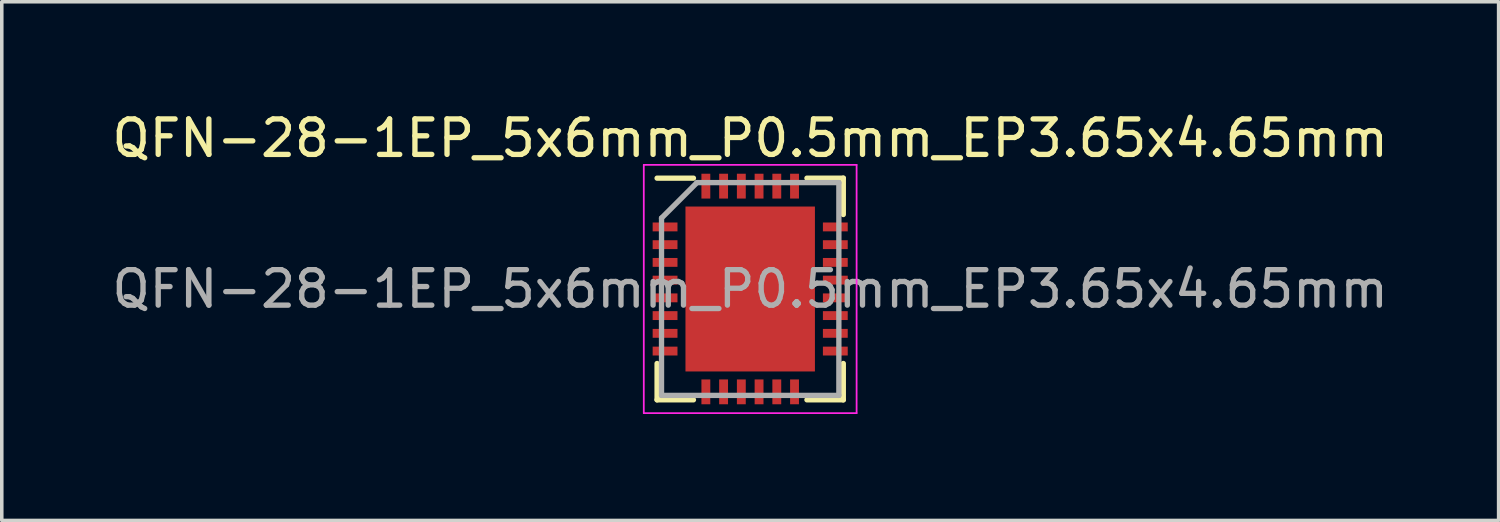
<source format=kicad_pcb>
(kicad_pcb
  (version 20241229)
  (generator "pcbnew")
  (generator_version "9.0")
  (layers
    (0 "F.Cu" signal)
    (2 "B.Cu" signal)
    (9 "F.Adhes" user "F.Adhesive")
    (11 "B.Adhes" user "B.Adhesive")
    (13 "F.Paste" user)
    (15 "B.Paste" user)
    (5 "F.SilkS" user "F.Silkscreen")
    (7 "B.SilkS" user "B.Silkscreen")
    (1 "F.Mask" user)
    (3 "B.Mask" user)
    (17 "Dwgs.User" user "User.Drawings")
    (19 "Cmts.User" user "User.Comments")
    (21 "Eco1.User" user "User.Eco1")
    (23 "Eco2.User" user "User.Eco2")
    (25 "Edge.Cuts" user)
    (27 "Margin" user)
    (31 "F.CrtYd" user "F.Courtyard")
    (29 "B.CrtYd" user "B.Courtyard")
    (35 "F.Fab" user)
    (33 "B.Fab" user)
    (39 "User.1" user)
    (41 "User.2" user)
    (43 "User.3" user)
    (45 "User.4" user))
  (footprint "QFN-28-1EP_5x6mm_P0.5mm_EP3.65x4.65mm"
    (layer "F.Cu")
    (at 18.101 5.098)
    (property "Reference" "QFN-28-1EP_5x6mm_P0.5mm_EP3.65x4.65mm" (at 0 -4.25 0) (layer "F.SilkS") (effects (font (size 1 1) (thickness 0.15))))
    (attr smd)
    (fp_line (start -2.625 -3.125) (end -1.6 -3.125) (stroke (width 0.15) (type solid)) (layer "F.SilkS"))
    (fp_line (start -2.625 3.125) (end -2.625 2.1) (stroke (width 0.15) (type solid)) (layer "F.SilkS"))
    (fp_line (start -2.625 3.125) (end -1.6 3.125) (stroke (width 0.15) (type solid)) (layer "F.SilkS"))
    (fp_line (start 2.625 -3.125) (end 1.6 -3.125) (stroke (width 0.15) (type solid)) (layer "F.SilkS"))
    (fp_line (start 2.625 -3.125) (end 2.625 -2.1) (stroke (width 0.15) (type solid)) (layer "F.SilkS"))
    (fp_line (start 2.625 3.125) (end 1.6 3.125) (stroke (width 0.15) (type solid)) (layer "F.SilkS"))
    (fp_line (start 2.625 3.125) (end 2.625 2.1) (stroke (width 0.15) (type solid)) (layer "F.SilkS"))
    (fp_line (start -3 -3.5) (end -3 3.5) (stroke (width 0.05) (type solid)) (layer "F.CrtYd"))
    (fp_line (start -3 -3.5) (end 3 -3.5) (stroke (width 0.05) (type solid)) (layer "F.CrtYd"))
    (fp_line (start -3 3.5) (end 3 3.5) (stroke (width 0.05) (type solid)) (layer "F.CrtYd"))
    (fp_line (start 3 -3.5) (end 3 3.5) (stroke (width 0.05) (type solid)) (layer "F.CrtYd"))
    (fp_line (start -2.5 -2) (end -1.5 -3) (stroke (width 0.15) (type solid)) (layer "F.Fab"))
    (fp_line (start -2.5 3) (end -2.5 -2) (stroke (width 0.15) (type solid)) (layer "F.Fab"))
    (fp_line (start -1.5 -3) (end 2.5 -3) (stroke (width 0.15) (type solid)) (layer "F.Fab"))
    (fp_line (start 2.5 -3) (end 2.5 3) (stroke (width 0.15) (type solid)) (layer "F.Fab"))
    (fp_line (start 2.5 3) (end -2.5 3) (stroke (width 0.15) (type solid)) (layer "F.Fab"))
    (fp_text user "${REFERENCE}" (at 0 0 0) (layer "F.Fab") (effects (font (size 1 1) (thickness 0.15))))
    (pad "" smd rect (at -1.216 -1.744) (size 0.95 0.97) (layers "F.Paste"))
    (pad "" smd rect (at -1.216 -0.581) (size 0.95 0.97) (layers "F.Paste"))
    (pad "" smd rect (at -1.216 0.581) (size 0.95 0.97) (layers "F.Paste"))
    (pad "" smd rect (at -1.216 1.744) (size 0.95 0.97) (layers "F.Paste"))
    (pad "" smd rect (at 0 -1.744) (size 0.95 0.97) (layers "F.Paste"))
    (pad "" smd rect (at 0 -0.581) (size 0.95 0.97) (layers "F.Paste"))
    (pad "" smd rect (at 0 0.581) (size 0.95 0.97) (layers "F.Paste"))
    (pad "" smd rect (at 0 1.744) (size 0.95 0.97) (layers "F.Paste"))
    (pad "" smd rect (at 1.216 -1.744) (size 0.95 0.97) (layers "F.Paste"))
    (pad "" smd rect (at 1.216 -0.581) (size 0.95 0.97) (layers "F.Paste"))
    (pad "" smd rect (at 1.216 0.581) (size 0.95 0.97) (layers "F.Paste"))
    (pad "" smd rect (at 1.216 1.744) (size 0.95 0.97) (layers "F.Paste"))
    (pad "1" smd rect (at -2.4 -1.75) (size 0.7 0.25) (layers "F.Cu" "F.Mask" "F.Paste"))
    (pad "2" smd rect (at -2.4 -1.25) (size 0.7 0.25) (layers "F.Cu" "F.Mask" "F.Paste"))
    (pad "3" smd rect (at -2.4 -0.75) (size 0.7 0.25) (layers "F.Cu" "F.Mask" "F.Paste"))
    (pad "4" smd rect (at -2.4 -0.25) (size 0.7 0.25) (layers "F.Cu" "F.Mask" "F.Paste"))
    (pad "5" smd rect (at -2.4 0.25) (size 0.7 0.25) (layers "F.Cu" "F.Mask" "F.Paste"))
    (pad "6" smd rect (at -2.4 0.75) (size 0.7 0.25) (layers "F.Cu" "F.Mask" "F.Paste"))
    (pad "7" smd rect (at -2.4 1.25) (size 0.7 0.25) (layers "F.Cu" "F.Mask" "F.Paste"))
    (pad "8" smd rect (at -2.4 1.75) (size 0.7 0.25) (layers "F.Cu" "F.Mask" "F.Paste"))
    (pad "9" smd rect (at -1.25 2.9 90) (size 0.7 0.25) (layers "F.Cu" "F.Mask" "F.Paste"))
    (pad "10" smd rect (at -0.75 2.9 90) (size 0.7 0.25) (layers "F.Cu" "F.Mask" "F.Paste"))
    (pad "11" smd rect (at -0.25 2.9 90) (size 0.7 0.25) (layers "F.Cu" "F.Mask" "F.Paste"))
    (pad "12" smd rect (at 0.25 2.9 90) (size 0.7 0.25) (layers "F.Cu" "F.Mask" "F.Paste"))
    (pad "13" smd rect (at 0.75 2.9 90) (size 0.7 0.25) (layers "F.Cu" "F.Mask" "F.Paste"))
    (pad "14" smd rect (at 1.25 2.9 90) (size 0.7 0.25) (layers "F.Cu" "F.Mask" "F.Paste"))
    (pad "15" smd rect (at 2.4 1.75) (size 0.7 0.25) (layers "F.Cu" "F.Mask" "F.Paste"))
    (pad "16" smd rect (at 2.4 1.25) (size 0.7 0.25) (layers "F.Cu" "F.Mask" "F.Paste"))
    (pad "17" smd rect (at 2.4 0.75) (size 0.7 0.25) (layers "F.Cu" "F.Mask" "F.Paste"))
    (pad "18" smd rect (at 2.4 0.25) (size 0.7 0.25) (layers "F.Cu" "F.Mask" "F.Paste"))
    (pad "19" smd rect (at 2.4 -0.25) (size 0.7 0.25) (layers "F.Cu" "F.Mask" "F.Paste"))
    (pad "20" smd rect (at 2.4 -0.75) (size 0.7 0.25) (layers "F.Cu" "F.Mask" "F.Paste"))
    (pad "21" smd rect (at 2.4 -1.25) (size 0.7 0.25) (layers "F.Cu" "F.Mask" "F.Paste"))
    (pad "22" smd rect (at 2.4 -1.75) (size 0.7 0.25) (layers "F.Cu" "F.Mask" "F.Paste"))
    (pad "23" smd rect (at 1.25 -2.9 90) (size 0.7 0.25) (layers "F.Cu" "F.Mask" "F.Paste"))
    (pad "24" smd rect (at 0.75 -2.9 90) (size 0.7 0.25) (layers "F.Cu" "F.Mask" "F.Paste"))
    (pad "25" smd rect (at 0.25 -2.9 90) (size 0.7 0.25) (layers "F.Cu" "F.Mask" "F.Paste"))
    (pad "26" smd rect (at -0.25 -2.9 90) (size 0.7 0.25) (layers "F.Cu" "F.Mask" "F.Paste"))
    (pad "27" smd rect (at -0.75 -2.9 90) (size 0.7 0.25) (layers "F.Cu" "F.Mask" "F.Paste"))
    (pad "28" smd rect (at -1.25 -2.9 90) (size 0.7 0.25) (layers "F.Cu" "F.Mask" "F.Paste"))
    (pad "29" smd rect (at 0 0) (size 3.65 4.65) (layers "F.Cu" "F.Mask")))
  (gr_rect
    (start -3 -3)
    (end 39.202 11.623)
    (stroke (width 0.1) (type default))
    (fill no)
    (layer "Edge.Cuts")))
</source>
